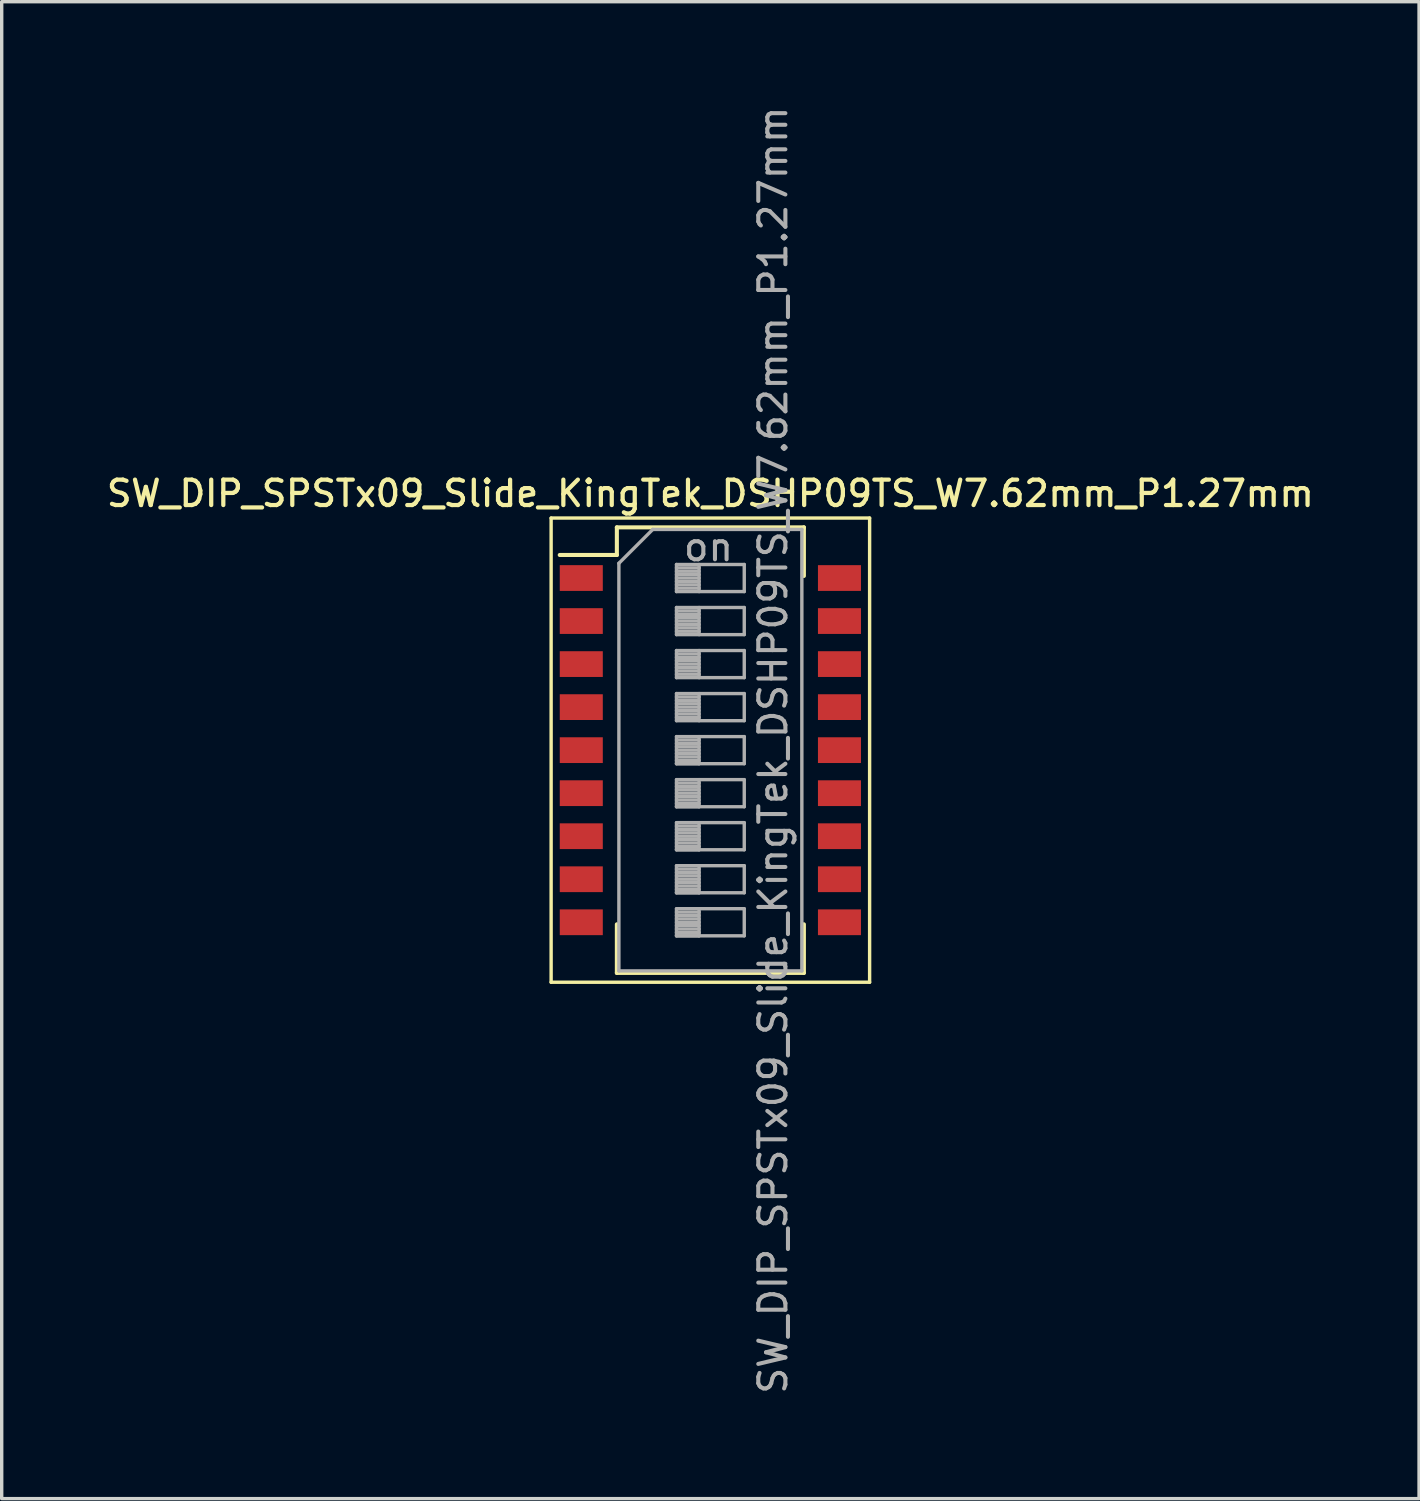
<source format=kicad_pcb>
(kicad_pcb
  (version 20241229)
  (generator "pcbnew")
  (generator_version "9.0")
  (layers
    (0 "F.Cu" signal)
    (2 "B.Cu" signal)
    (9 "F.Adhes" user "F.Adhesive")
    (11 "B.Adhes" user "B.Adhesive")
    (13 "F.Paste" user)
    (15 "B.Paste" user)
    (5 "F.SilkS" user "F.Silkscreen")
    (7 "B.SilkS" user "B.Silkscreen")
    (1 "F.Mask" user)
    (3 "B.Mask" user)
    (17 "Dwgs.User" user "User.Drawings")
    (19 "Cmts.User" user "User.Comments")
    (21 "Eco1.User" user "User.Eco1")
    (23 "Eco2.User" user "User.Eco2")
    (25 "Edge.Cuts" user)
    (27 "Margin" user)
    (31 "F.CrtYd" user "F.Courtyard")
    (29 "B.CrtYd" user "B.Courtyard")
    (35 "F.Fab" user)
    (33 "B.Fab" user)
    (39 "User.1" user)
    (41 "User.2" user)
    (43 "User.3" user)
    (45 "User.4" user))
  (footprint "SW_DIP_SPSTx09_Slide_KingTek_DSHP09TS_W7.62mm_P1.27mm"
    (layer "F.Cu")
    (at 17.916 19.09)
    (property "Reference" "SW_DIP_SPSTx09_Slide_KingTek_DSHP09TS_W7.62mm_P1.27mm" (at 0 -7.575 0) (layer "F.SilkS") (effects (font (size 0.75 0.75) (thickness 0.125))))
    (attr smd)
    (fp_line (start -4.7 -6.85) (end -4.7 6.85) (stroke (width 0.1) (type solid)) (layer "F.SilkS"))
    (fp_line (start -4.7 6.85) (end 4.7 6.85) (stroke (width 0.1) (type solid)) (layer "F.SilkS"))
    (fp_line (start -4.446 -5.76) (end -2.76 -5.76) (stroke (width 0.12) (type solid)) (layer "F.SilkS"))
    (fp_line (start -2.76 -6.576) (end -2.76 -5.76) (stroke (width 0.12) (type solid)) (layer "F.SilkS"))
    (fp_line (start -2.76 -6.576) (end 2.76 -6.576) (stroke (width 0.12) (type solid)) (layer "F.SilkS"))
    (fp_line (start -2.76 5.14) (end -2.76 6.575) (stroke (width 0.12) (type solid)) (layer "F.SilkS"))
    (fp_line (start -2.76 6.575) (end 2.76 6.575) (stroke (width 0.12) (type solid)) (layer "F.SilkS"))
    (fp_line (start 2.76 -6.576) (end 2.76 -5.141) (stroke (width 0.12) (type solid)) (layer "F.SilkS"))
    (fp_line (start 2.76 5.14) (end 2.76 6.575) (stroke (width 0.12) (type solid)) (layer "F.SilkS"))
    (fp_line (start 4.7 -6.85) (end -4.7 -6.85) (stroke (width 0.1) (type solid)) (layer "F.SilkS"))
    (fp_line (start 4.7 6.85) (end 4.7 -6.85) (stroke (width 0.1) (type solid)) (layer "F.SilkS"))
    (fp_line (start -2.7 -5.515) (end -1.7 -6.515) (stroke (width 0.1) (type solid)) (layer "F.Fab"))
    (fp_line (start -2.7 6.515) (end -2.7 -5.515) (stroke (width 0.1) (type solid)) (layer "F.Fab"))
    (fp_line (start -1.7 -6.515) (end 2.7 -6.515) (stroke (width 0.1) (type solid)) (layer "F.Fab"))
    (fp_line (start -1 -5.48) (end -1 -4.68) (stroke (width 0.1) (type solid)) (layer "F.Fab"))
    (fp_line (start -1 -5.38) (end -0.333 -5.38) (stroke (width 0.1) (type solid)) (layer "F.Fab"))
    (fp_line (start -1 -5.28) (end -0.333 -5.28) (stroke (width 0.1) (type solid)) (layer "F.Fab"))
    (fp_line (start -1 -5.18) (end -0.333 -5.18) (stroke (width 0.1) (type solid)) (layer "F.Fab"))
    (fp_line (start -1 -5.08) (end -0.333 -5.08) (stroke (width 0.1) (type solid)) (layer "F.Fab"))
    (fp_line (start -1 -4.98) (end -0.333 -4.98) (stroke (width 0.1) (type solid)) (layer "F.Fab"))
    (fp_line (start -1 -4.88) (end -0.333 -4.88) (stroke (width 0.1) (type solid)) (layer "F.Fab"))
    (fp_line (start -1 -4.78) (end -0.333 -4.78) (stroke (width 0.1) (type solid)) (layer "F.Fab"))
    (fp_line (start -1 -4.68) (end 1 -4.68) (stroke (width 0.1) (type solid)) (layer "F.Fab"))
    (fp_line (start -1 -4.21) (end -1 -3.41) (stroke (width 0.1) (type solid)) (layer "F.Fab"))
    (fp_line (start -1 -4.11) (end -0.333 -4.11) (stroke (width 0.1) (type solid)) (layer "F.Fab"))
    (fp_line (start -1 -4.01) (end -0.333 -4.01) (stroke (width 0.1) (type solid)) (layer "F.Fab"))
    (fp_line (start -1 -3.91) (end -0.333 -3.91) (stroke (width 0.1) (type solid)) (layer "F.Fab"))
    (fp_line (start -1 -3.81) (end -0.333 -3.81) (stroke (width 0.1) (type solid)) (layer "F.Fab"))
    (fp_line (start -1 -3.71) (end -0.333 -3.71) (stroke (width 0.1) (type solid)) (layer "F.Fab"))
    (fp_line (start -1 -3.61) (end -0.333 -3.61) (stroke (width 0.1) (type solid)) (layer "F.Fab"))
    (fp_line (start -1 -3.51) (end -0.333 -3.51) (stroke (width 0.1) (type solid)) (layer "F.Fab"))
    (fp_line (start -1 -3.41) (end 1 -3.41) (stroke (width 0.1) (type solid)) (layer "F.Fab"))
    (fp_line (start -1 -2.94) (end -1 -2.14) (stroke (width 0.1) (type solid)) (layer "F.Fab"))
    (fp_line (start -1 -2.84) (end -0.333 -2.84) (stroke (width 0.1) (type solid)) (layer "F.Fab"))
    (fp_line (start -1 -2.74) (end -0.333 -2.74) (stroke (width 0.1) (type solid)) (layer "F.Fab"))
    (fp_line (start -1 -2.64) (end -0.333 -2.64) (stroke (width 0.1) (type solid)) (layer "F.Fab"))
    (fp_line (start -1 -2.54) (end -0.333 -2.54) (stroke (width 0.1) (type solid)) (layer "F.Fab"))
    (fp_line (start -1 -2.44) (end -0.333 -2.44) (stroke (width 0.1) (type solid)) (layer "F.Fab"))
    (fp_line (start -1 -2.34) (end -0.333 -2.34) (stroke (width 0.1) (type solid)) (layer "F.Fab"))
    (fp_line (start -1 -2.24) (end -0.333 -2.24) (stroke (width 0.1) (type solid)) (layer "F.Fab"))
    (fp_line (start -1 -2.14) (end 1 -2.14) (stroke (width 0.1) (type solid)) (layer "F.Fab"))
    (fp_line (start -1 -1.67) (end -1 -0.87) (stroke (width 0.1) (type solid)) (layer "F.Fab"))
    (fp_line (start -1 -1.57) (end -0.333 -1.57) (stroke (width 0.1) (type solid)) (layer "F.Fab"))
    (fp_line (start -1 -1.47) (end -0.333 -1.47) (stroke (width 0.1) (type solid)) (layer "F.Fab"))
    (fp_line (start -1 -1.37) (end -0.333 -1.37) (stroke (width 0.1) (type solid)) (layer "F.Fab"))
    (fp_line (start -1 -1.27) (end -0.333 -1.27) (stroke (width 0.1) (type solid)) (layer "F.Fab"))
    (fp_line (start -1 -1.17) (end -0.333 -1.17) (stroke (width 0.1) (type solid)) (layer "F.Fab"))
    (fp_line (start -1 -1.07) (end -0.333 -1.07) (stroke (width 0.1) (type solid)) (layer "F.Fab"))
    (fp_line (start -1 -0.97) (end -0.333 -0.97) (stroke (width 0.1) (type solid)) (layer "F.Fab"))
    (fp_line (start -1 -0.87) (end 1 -0.87) (stroke (width 0.1) (type solid)) (layer "F.Fab"))
    (fp_line (start -1 -0.4) (end -1 0.4) (stroke (width 0.1) (type solid)) (layer "F.Fab"))
    (fp_line (start -1 -0.3) (end -0.333 -0.3) (stroke (width 0.1) (type solid)) (layer "F.Fab"))
    (fp_line (start -1 -0.2) (end -0.333 -0.2) (stroke (width 0.1) (type solid)) (layer "F.Fab"))
    (fp_line (start -1 -0.1) (end -0.333 -0.1) (stroke (width 0.1) (type solid)) (layer "F.Fab"))
    (fp_line (start -1 0) (end -0.333 0) (stroke (width 0.1) (type solid)) (layer "F.Fab"))
    (fp_line (start -1 0.1) (end -0.333 0.1) (stroke (width 0.1) (type solid)) (layer "F.Fab"))
    (fp_line (start -1 0.2) (end -0.333 0.2) (stroke (width 0.1) (type solid)) (layer "F.Fab"))
    (fp_line (start -1 0.3) (end -0.333 0.3) (stroke (width 0.1) (type solid)) (layer "F.Fab"))
    (fp_line (start -1 0.4) (end -0.333 0.4) (stroke (width 0.1) (type solid)) (layer "F.Fab"))
    (fp_line (start -1 0.4) (end 1 0.4) (stroke (width 0.1) (type solid)) (layer "F.Fab"))
    (fp_line (start -1 0.87) (end -1 1.67) (stroke (width 0.1) (type solid)) (layer "F.Fab"))
    (fp_line (start -1 0.97) (end -0.333 0.97) (stroke (width 0.1) (type solid)) (layer "F.Fab"))
    (fp_line (start -1 1.07) (end -0.333 1.07) (stroke (width 0.1) (type solid)) (layer "F.Fab"))
    (fp_line (start -1 1.17) (end -0.333 1.17) (stroke (width 0.1) (type solid)) (layer "F.Fab"))
    (fp_line (start -1 1.27) (end -0.333 1.27) (stroke (width 0.1) (type solid)) (layer "F.Fab"))
    (fp_line (start -1 1.37) (end -0.333 1.37) (stroke (width 0.1) (type solid)) (layer "F.Fab"))
    (fp_line (start -1 1.47) (end -0.333 1.47) (stroke (width 0.1) (type solid)) (layer "F.Fab"))
    (fp_line (start -1 1.57) (end -0.333 1.57) (stroke (width 0.1) (type solid)) (layer "F.Fab"))
    (fp_line (start -1 1.67) (end -0.333 1.67) (stroke (width 0.1) (type solid)) (layer "F.Fab"))
    (fp_line (start -1 1.67) (end 1 1.67) (stroke (width 0.1) (type solid)) (layer "F.Fab"))
    (fp_line (start -1 2.14) (end -1 2.94) (stroke (width 0.1) (type solid)) (layer "F.Fab"))
    (fp_line (start -1 2.24) (end -0.333 2.24) (stroke (width 0.1) (type solid)) (layer "F.Fab"))
    (fp_line (start -1 2.34) (end -0.333 2.34) (stroke (width 0.1) (type solid)) (layer "F.Fab"))
    (fp_line (start -1 2.44) (end -0.333 2.44) (stroke (width 0.1) (type solid)) (layer "F.Fab"))
    (fp_line (start -1 2.54) (end -0.333 2.54) (stroke (width 0.1) (type solid)) (layer "F.Fab"))
    (fp_line (start -1 2.64) (end -0.333 2.64) (stroke (width 0.1) (type solid)) (layer "F.Fab"))
    (fp_line (start -1 2.74) (end -0.333 2.74) (stroke (width 0.1) (type solid)) (layer "F.Fab"))
    (fp_line (start -1 2.84) (end -0.333 2.84) (stroke (width 0.1) (type solid)) (layer "F.Fab"))
    (fp_line (start -1 2.94) (end -0.333 2.94) (stroke (width 0.1) (type solid)) (layer "F.Fab"))
    (fp_line (start -1 2.94) (end 1 2.94) (stroke (width 0.1) (type solid)) (layer "F.Fab"))
    (fp_line (start -1 3.41) (end -1 4.21) (stroke (width 0.1) (type solid)) (layer "F.Fab"))
    (fp_line (start -1 3.51) (end -0.333 3.51) (stroke (width 0.1) (type solid)) (layer "F.Fab"))
    (fp_line (start -1 3.61) (end -0.333 3.61) (stroke (width 0.1) (type solid)) (layer "F.Fab"))
    (fp_line (start -1 3.71) (end -0.333 3.71) (stroke (width 0.1) (type solid)) (layer "F.Fab"))
    (fp_line (start -1 3.81) (end -0.333 3.81) (stroke (width 0.1) (type solid)) (layer "F.Fab"))
    (fp_line (start -1 3.91) (end -0.333 3.91) (stroke (width 0.1) (type solid)) (layer "F.Fab"))
    (fp_line (start -1 4.01) (end -0.333 4.01) (stroke (width 0.1) (type solid)) (layer "F.Fab"))
    (fp_line (start -1 4.11) (end -0.333 4.11) (stroke (width 0.1) (type solid)) (layer "F.Fab"))
    (fp_line (start -1 4.21) (end -0.333 4.21) (stroke (width 0.1) (type solid)) (layer "F.Fab"))
    (fp_line (start -1 4.21) (end 1 4.21) (stroke (width 0.1) (type solid)) (layer "F.Fab"))
    (fp_line (start -1 4.68) (end -1 5.48) (stroke (width 0.1) (type solid)) (layer "F.Fab"))
    (fp_line (start -1 4.78) (end -0.333 4.78) (stroke (width 0.1) (type solid)) (layer "F.Fab"))
    (fp_line (start -1 4.88) (end -0.333 4.88) (stroke (width 0.1) (type solid)) (layer "F.Fab"))
    (fp_line (start -1 4.98) (end -0.333 4.98) (stroke (width 0.1) (type solid)) (layer "F.Fab"))
    (fp_line (start -1 5.08) (end -0.333 5.08) (stroke (width 0.1) (type solid)) (layer "F.Fab"))
    (fp_line (start -1 5.18) (end -0.333 5.18) (stroke (width 0.1) (type solid)) (layer "F.Fab"))
    (fp_line (start -1 5.28) (end -0.333 5.28) (stroke (width 0.1) (type solid)) (layer "F.Fab"))
    (fp_line (start -1 5.38) (end -0.333 5.38) (stroke (width 0.1) (type solid)) (layer "F.Fab"))
    (fp_line (start -1 5.48) (end -0.333 5.48) (stroke (width 0.1) (type solid)) (layer "F.Fab"))
    (fp_line (start -1 5.48) (end 1 5.48) (stroke (width 0.1) (type solid)) (layer "F.Fab"))
    (fp_line (start -0.333 -5.48) (end -0.333 -4.68) (stroke (width 0.1) (type solid)) (layer "F.Fab"))
    (fp_line (start -0.333 -4.21) (end -0.333 -3.41) (stroke (width 0.1) (type solid)) (layer "F.Fab"))
    (fp_line (start -0.333 -2.94) (end -0.333 -2.14) (stroke (width 0.1) (type solid)) (layer "F.Fab"))
    (fp_line (start -0.333 -1.67) (end -0.333 -0.87) (stroke (width 0.1) (type solid)) (layer "F.Fab"))
    (fp_line (start -0.333 -0.4) (end -0.333 0.4) (stroke (width 0.1) (type solid)) (layer "F.Fab"))
    (fp_line (start -0.333 0.87) (end -0.333 1.67) (stroke (width 0.1) (type solid)) (layer "F.Fab"))
    (fp_line (start -0.333 2.14) (end -0.333 2.94) (stroke (width 0.1) (type solid)) (layer "F.Fab"))
    (fp_line (start -0.333 3.41) (end -0.333 4.21) (stroke (width 0.1) (type solid)) (layer "F.Fab"))
    (fp_line (start -0.333 4.68) (end -0.333 5.48) (stroke (width 0.1) (type solid)) (layer "F.Fab"))
    (fp_line (start 1 -5.48) (end -1 -5.48) (stroke (width 0.1) (type solid)) (layer "F.Fab"))
    (fp_line (start 1 -4.68) (end 1 -5.48) (stroke (width 0.1) (type solid)) (layer "F.Fab"))
    (fp_line (start 1 -4.21) (end -1 -4.21) (stroke (width 0.1) (type solid)) (layer "F.Fab"))
    (fp_line (start 1 -3.41) (end 1 -4.21) (stroke (width 0.1) (type solid)) (layer "F.Fab"))
    (fp_line (start 1 -2.94) (end -1 -2.94) (stroke (width 0.1) (type solid)) (layer "F.Fab"))
    (fp_line (start 1 -2.14) (end 1 -2.94) (stroke (width 0.1) (type solid)) (layer "F.Fab"))
    (fp_line (start 1 -1.67) (end -1 -1.67) (stroke (width 0.1) (type solid)) (layer "F.Fab"))
    (fp_line (start 1 -0.87) (end 1 -1.67) (stroke (width 0.1) (type solid)) (layer "F.Fab"))
    (fp_line (start 1 -0.4) (end -1 -0.4) (stroke (width 0.1) (type solid)) (layer "F.Fab"))
    (fp_line (start 1 0.4) (end 1 -0.4) (stroke (width 0.1) (type solid)) (layer "F.Fab"))
    (fp_line (start 1 0.87) (end -1 0.87) (stroke (width 0.1) (type solid)) (layer "F.Fab"))
    (fp_line (start 1 1.67) (end 1 0.87) (stroke (width 0.1) (type solid)) (layer "F.Fab"))
    (fp_line (start 1 2.14) (end -1 2.14) (stroke (width 0.1) (type solid)) (layer "F.Fab"))
    (fp_line (start 1 2.94) (end 1 2.14) (stroke (width 0.1) (type solid)) (layer "F.Fab"))
    (fp_line (start 1 3.41) (end -1 3.41) (stroke (width 0.1) (type solid)) (layer "F.Fab"))
    (fp_line (start 1 4.21) (end 1 3.41) (stroke (width 0.1) (type solid)) (layer "F.Fab"))
    (fp_line (start 1 4.68) (end -1 4.68) (stroke (width 0.1) (type solid)) (layer "F.Fab"))
    (fp_line (start 1 5.48) (end 1 4.68) (stroke (width 0.1) (type solid)) (layer "F.Fab"))
    (fp_line (start 2.7 -6.515) (end 2.7 6.515) (stroke (width 0.1) (type solid)) (layer "F.Fab"))
    (fp_line (start 2.7 6.515) (end -2.7 6.515) (stroke (width 0.1) (type solid)) (layer "F.Fab"))
    (fp_text user "${REFERENCE}" (at 1.85 0 90) (layer "F.Fab") (effects (font (size 0.8 0.8) (thickness 0.12))))
    (fp_text user "on" (at -0.055 -5.997 0) (layer "F.Fab") (effects (font (size 0.8 0.8) (thickness 0.12))))
    (pad "1" smd rect (at -3.81 -5.08) (size 1.27 0.76) (layers "F.Cu" "F.Mask" "F.Paste"))
    (pad "2" smd rect (at -3.81 -3.81) (size 1.27 0.76) (layers "F.Cu" "F.Mask" "F.Paste"))
    (pad "3" smd rect (at -3.81 -2.54) (size 1.27 0.76) (layers "F.Cu" "F.Mask" "F.Paste"))
    (pad "4" smd rect (at -3.81 -1.27) (size 1.27 0.76) (layers "F.Cu" "F.Mask" "F.Paste"))
    (pad "5" smd rect (at -3.81 0) (size 1.27 0.76) (layers "F.Cu" "F.Mask" "F.Paste"))
    (pad "6" smd rect (at -3.81 1.27) (size 1.27 0.76) (layers "F.Cu" "F.Mask" "F.Paste"))
    (pad "7" smd rect (at -3.81 2.54) (size 1.27 0.76) (layers "F.Cu" "F.Mask" "F.Paste"))
    (pad "8" smd rect (at -3.81 3.81) (size 1.27 0.76) (layers "F.Cu" "F.Mask" "F.Paste"))
    (pad "9" smd rect (at -3.81 5.08) (size 1.27 0.76) (layers "F.Cu" "F.Mask" "F.Paste"))
    (pad "10" smd rect (at 3.81 5.08) (size 1.27 0.76) (layers "F.Cu" "F.Mask" "F.Paste"))
    (pad "11" smd rect (at 3.81 3.81) (size 1.27 0.76) (layers "F.Cu" "F.Mask" "F.Paste"))
    (pad "12" smd rect (at 3.81 2.54) (size 1.27 0.76) (layers "F.Cu" "F.Mask" "F.Paste"))
    (pad "13" smd rect (at 3.81 1.27) (size 1.27 0.76) (layers "F.Cu" "F.Mask" "F.Paste"))
    (pad "14" smd rect (at 3.81 0) (size 1.27 0.76) (layers "F.Cu" "F.Mask" "F.Paste"))
    (pad "15" smd rect (at 3.81 -1.27) (size 1.27 0.76) (layers "F.Cu" "F.Mask" "F.Paste"))
    (pad "16" smd rect (at 3.81 -2.54) (size 1.27 0.76) (layers "F.Cu" "F.Mask" "F.Paste"))
    (pad "17" smd rect (at 3.81 -3.81) (size 1.27 0.76) (layers "F.Cu" "F.Mask" "F.Paste"))
    (pad "18" smd rect (at 3.81 -5.08) (size 1.27 0.76) (layers "F.Cu" "F.Mask" "F.Paste")))
  (gr_rect
    (start -3 -3)
    (end 38.832 41.181)
    (stroke (width 0.1) (type default))
    (fill no)
    (layer "Edge.Cuts")))
</source>
